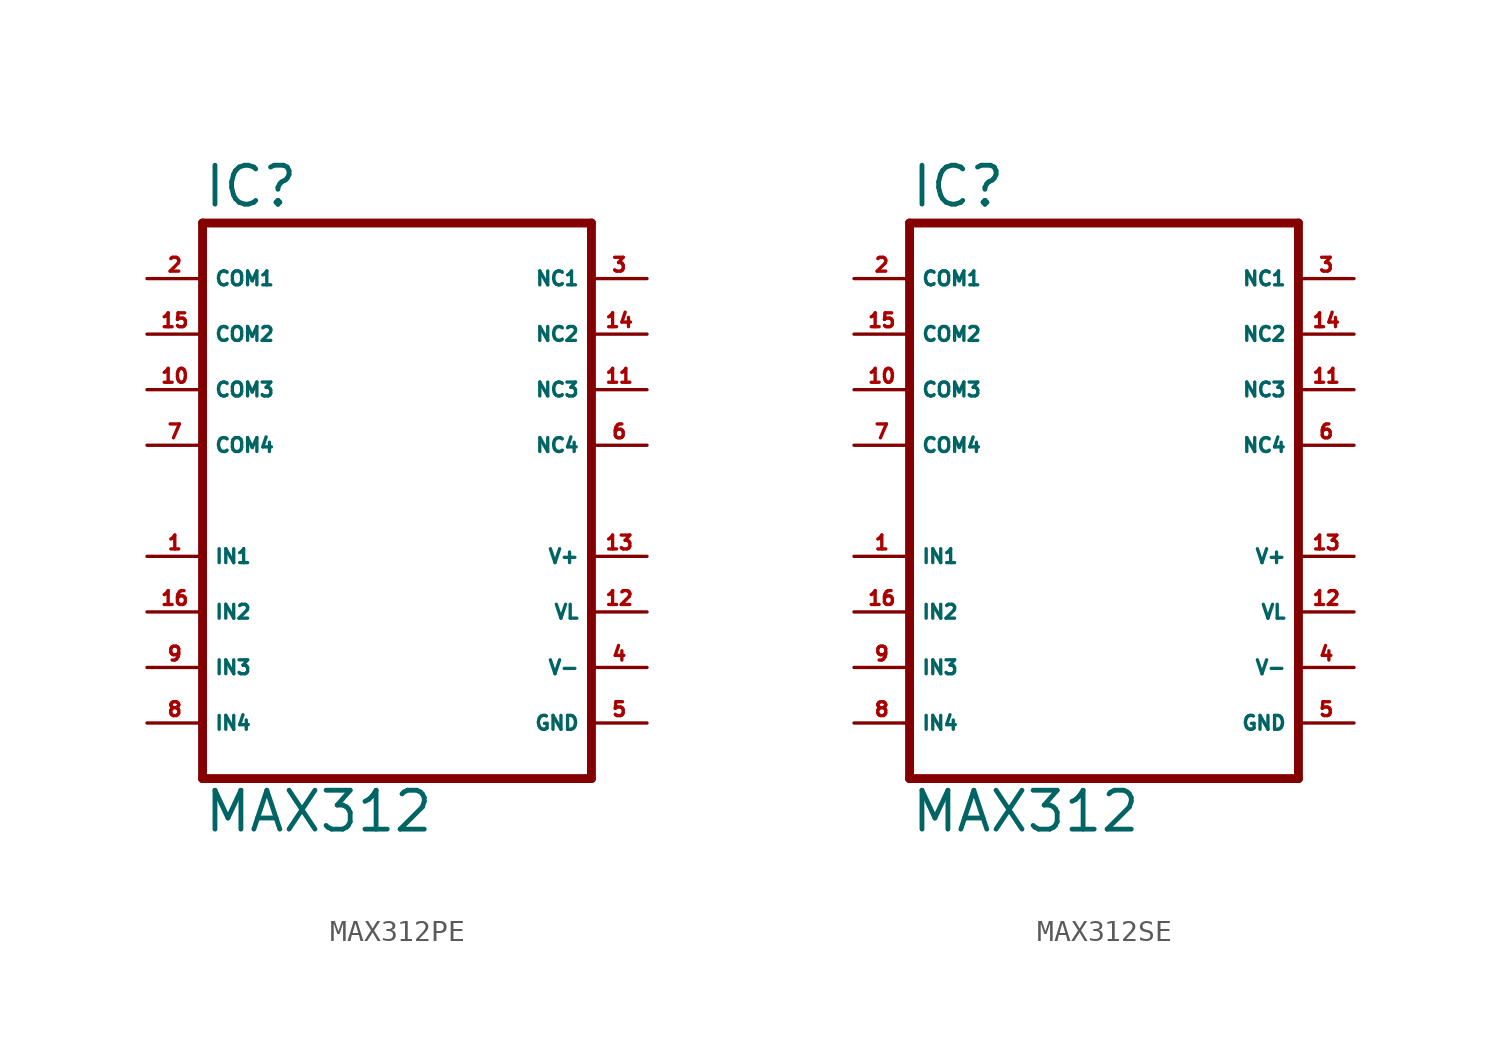
<source format=kicad_sym>
(kicad_symbol_lib
  (version 20220914)
  (generator Eagle2Kicad)
  (symbol "MAX312PE"
    (property "Reference" "IC"
      (at -10.16 13.335 0)
      (effects (font (size 1.778 1.778) (thickness 0.22)) (justify left bottom)))
    (property "Value" "MAX312"
      (at -10.16 -15.24 0)
      (effects (font (size 1.778 1.778) (thickness 0.22)) (justify left bottom)))
    (polyline
      (pts (xy 7.62 -12.7) (xy -10.16 -12.7))
      (stroke (width 0.406) (type default))
      (fill (type none)))
    (polyline
      (pts (xy -10.16 12.7) (xy -10.16 -12.7))
      (stroke (width 0.406) (type default))
      (fill (type none)))
    (polyline
      (pts (xy -10.16 12.7) (xy 7.62 12.7))
      (stroke (width 0.406) (type default))
      (fill (type none)))
    (polyline
      (pts (xy 7.62 -12.7) (xy 7.62 12.7))
      (stroke (width 0.406) (type default))
      (fill (type none)))
    (pin input line
      (at -12.7 -2.54 0)
      (length 2.54)
      (name "IN1" (effects (font (size 0.635 0.635) (thickness 0.08)) (justify left bottom)))
      (number "1" (effects (font (size 0.635 0.635) (thickness 0.08)) (justify left bottom))))
    (pin input line
      (at -12.7 -5.08 0)
      (length 2.54)
      (name "IN2" (effects (font (size 0.635 0.635) (thickness 0.08)) (justify left bottom)))
      (number "16" (effects (font (size 0.635 0.635) (thickness 0.08)) (justify left bottom))))
    (pin passive line
      (at -12.7 10.16 0)
      (length 2.54)
      (name "COM1" (effects (font (size 0.635 0.635) (thickness 0.08)) (justify left bottom)))
      (number "2" (effects (font (size 0.635 0.635) (thickness 0.08)) (justify left bottom))))
    (pin passive line
      (at -12.7 7.62 0)
      (length 2.54)
      (name "COM2" (effects (font (size 0.635 0.635) (thickness 0.08)) (justify left bottom)))
      (number "15" (effects (font (size 0.635 0.635) (thickness 0.08)) (justify left bottom))))
    (pin passive line
      (at -12.7 5.08 0)
      (length 2.54)
      (name "COM3" (effects (font (size 0.635 0.635) (thickness 0.08)) (justify left bottom)))
      (number "10" (effects (font (size 0.635 0.635) (thickness 0.08)) (justify left bottom))))
    (pin passive line
      (at 10.16 10.16 180)
      (length 2.54)
      (name "NC1" (effects (font (size 0.635 0.635) (thickness 0.08)) (justify left bottom)))
      (number "3" (effects (font (size 0.635 0.635) (thickness 0.08)) (justify left bottom))))
    (pin passive line
      (at 10.16 7.62 180)
      (length 2.54)
      (name "NC2" (effects (font (size 0.635 0.635) (thickness 0.08)) (justify left bottom)))
      (number "14" (effects (font (size 0.635 0.635) (thickness 0.08)) (justify left bottom))))
    (pin passive line
      (at 10.16 5.08 180)
      (length 2.54)
      (name "NC3" (effects (font (size 0.635 0.635) (thickness 0.08)) (justify left bottom)))
      (number "11" (effects (font (size 0.635 0.635) (thickness 0.08)) (justify left bottom))))
    (pin unspecified line
      (at 10.16 -10.16 180)
      (length 2.54)
      (name "GND" (effects (font (size 0.635 0.635) (thickness 0.08)) (justify left bottom)))
      (number "5" (effects (font (size 0.635 0.635) (thickness 0.08)) (justify left bottom))))
    (pin unspecified line
      (at 10.16 -7.62 180)
      (length 2.54)
      (name "V-" (effects (font (size 0.635 0.635) (thickness 0.08)) (justify left bottom)))
      (number "4" (effects (font (size 0.635 0.635) (thickness 0.08)) (justify left bottom))))
    (pin unspecified line
      (at 10.16 -2.54 180)
      (length 2.54)
      (name "V+" (effects (font (size 0.635 0.635) (thickness 0.08)) (justify left bottom)))
      (number "13" (effects (font (size 0.635 0.635) (thickness 0.08)) (justify left bottom))))
    (pin unspecified line
      (at 10.16 -5.08 180)
      (length 2.54)
      (name "VL" (effects (font (size 0.635 0.635) (thickness 0.08)) (justify left bottom)))
      (number "12" (effects (font (size 0.635 0.635) (thickness 0.08)) (justify left bottom))))
    (pin passive line
      (at 10.16 2.54 180)
      (length 2.54)
      (name "NC4" (effects (font (size 0.635 0.635) (thickness 0.08)) (justify left bottom)))
      (number "6" (effects (font (size 0.635 0.635) (thickness 0.08)) (justify left bottom))))
    (pin passive line
      (at -12.7 2.54 0)
      (length 2.54)
      (name "COM4" (effects (font (size 0.635 0.635) (thickness 0.08)) (justify left bottom)))
      (number "7" (effects (font (size 0.635 0.635) (thickness 0.08)) (justify left bottom))))
    (pin input line
      (at -12.7 -7.62 0)
      (length 2.54)
      (name "IN3" (effects (font (size 0.635 0.635) (thickness 0.08)) (justify left bottom)))
      (number "9" (effects (font (size 0.635 0.635) (thickness 0.08)) (justify left bottom))))
    (pin input line
      (at -12.7 -10.16 0)
      (length 2.54)
      (name "IN4" (effects (font (size 0.635 0.635) (thickness 0.08)) (justify left bottom)))
      (number "8" (effects (font (size 0.635 0.635) (thickness 0.08)) (justify left bottom)))))
  (symbol "MAX312SE"
    (property "Reference" "IC"
      (at -10.16 13.335 0)
      (effects (font (size 1.778 1.778) (thickness 0.22)) (justify left bottom)))
    (property "Value" "MAX312"
      (at -10.16 -15.24 0)
      (effects (font (size 1.778 1.778) (thickness 0.22)) (justify left bottom)))
    (polyline
      (pts (xy 7.62 -12.7) (xy -10.16 -12.7))
      (stroke (width 0.406) (type default))
      (fill (type none)))
    (polyline
      (pts (xy -10.16 12.7) (xy -10.16 -12.7))
      (stroke (width 0.406) (type default))
      (fill (type none)))
    (polyline
      (pts (xy -10.16 12.7) (xy 7.62 12.7))
      (stroke (width 0.406) (type default))
      (fill (type none)))
    (polyline
      (pts (xy 7.62 -12.7) (xy 7.62 12.7))
      (stroke (width 0.406) (type default))
      (fill (type none)))
    (pin input line
      (at -12.7 -2.54 0)
      (length 2.54)
      (name "IN1" (effects (font (size 0.635 0.635) (thickness 0.08)) (justify left bottom)))
      (number "1" (effects (font (size 0.635 0.635) (thickness 0.08)) (justify left bottom))))
    (pin input line
      (at -12.7 -5.08 0)
      (length 2.54)
      (name "IN2" (effects (font (size 0.635 0.635) (thickness 0.08)) (justify left bottom)))
      (number "16" (effects (font (size 0.635 0.635) (thickness 0.08)) (justify left bottom))))
    (pin passive line
      (at -12.7 10.16 0)
      (length 2.54)
      (name "COM1" (effects (font (size 0.635 0.635) (thickness 0.08)) (justify left bottom)))
      (number "2" (effects (font (size 0.635 0.635) (thickness 0.08)) (justify left bottom))))
    (pin passive line
      (at -12.7 7.62 0)
      (length 2.54)
      (name "COM2" (effects (font (size 0.635 0.635) (thickness 0.08)) (justify left bottom)))
      (number "15" (effects (font (size 0.635 0.635) (thickness 0.08)) (justify left bottom))))
    (pin passive line
      (at -12.7 5.08 0)
      (length 2.54)
      (name "COM3" (effects (font (size 0.635 0.635) (thickness 0.08)) (justify left bottom)))
      (number "10" (effects (font (size 0.635 0.635) (thickness 0.08)) (justify left bottom))))
    (pin passive line
      (at 10.16 10.16 180)
      (length 2.54)
      (name "NC1" (effects (font (size 0.635 0.635) (thickness 0.08)) (justify left bottom)))
      (number "3" (effects (font (size 0.635 0.635) (thickness 0.08)) (justify left bottom))))
    (pin passive line
      (at 10.16 7.62 180)
      (length 2.54)
      (name "NC2" (effects (font (size 0.635 0.635) (thickness 0.08)) (justify left bottom)))
      (number "14" (effects (font (size 0.635 0.635) (thickness 0.08)) (justify left bottom))))
    (pin passive line
      (at 10.16 5.08 180)
      (length 2.54)
      (name "NC3" (effects (font (size 0.635 0.635) (thickness 0.08)) (justify left bottom)))
      (number "11" (effects (font (size 0.635 0.635) (thickness 0.08)) (justify left bottom))))
    (pin unspecified line
      (at 10.16 -10.16 180)
      (length 2.54)
      (name "GND" (effects (font (size 0.635 0.635) (thickness 0.08)) (justify left bottom)))
      (number "5" (effects (font (size 0.635 0.635) (thickness 0.08)) (justify left bottom))))
    (pin unspecified line
      (at 10.16 -7.62 180)
      (length 2.54)
      (name "V-" (effects (font (size 0.635 0.635) (thickness 0.08)) (justify left bottom)))
      (number "4" (effects (font (size 0.635 0.635) (thickness 0.08)) (justify left bottom))))
    (pin unspecified line
      (at 10.16 -2.54 180)
      (length 2.54)
      (name "V+" (effects (font (size 0.635 0.635) (thickness 0.08)) (justify left bottom)))
      (number "13" (effects (font (size 0.635 0.635) (thickness 0.08)) (justify left bottom))))
    (pin unspecified line
      (at 10.16 -5.08 180)
      (length 2.54)
      (name "VL" (effects (font (size 0.635 0.635) (thickness 0.08)) (justify left bottom)))
      (number "12" (effects (font (size 0.635 0.635) (thickness 0.08)) (justify left bottom))))
    (pin passive line
      (at 10.16 2.54 180)
      (length 2.54)
      (name "NC4" (effects (font (size 0.635 0.635) (thickness 0.08)) (justify left bottom)))
      (number "6" (effects (font (size 0.635 0.635) (thickness 0.08)) (justify left bottom))))
    (pin passive line
      (at -12.7 2.54 0)
      (length 2.54)
      (name "COM4" (effects (font (size 0.635 0.635) (thickness 0.08)) (justify left bottom)))
      (number "7" (effects (font (size 0.635 0.635) (thickness 0.08)) (justify left bottom))))
    (pin input line
      (at -12.7 -7.62 0)
      (length 2.54)
      (name "IN3" (effects (font (size 0.635 0.635) (thickness 0.08)) (justify left bottom)))
      (number "9" (effects (font (size 0.635 0.635) (thickness 0.08)) (justify left bottom))))
    (pin input line
      (at -12.7 -10.16 0)
      (length 2.54)
      (name "IN4" (effects (font (size 0.635 0.635) (thickness 0.08)) (justify left bottom)))
      (number "8" (effects (font (size 0.635 0.635) (thickness 0.08)) (justify left bottom))))))
</source>
